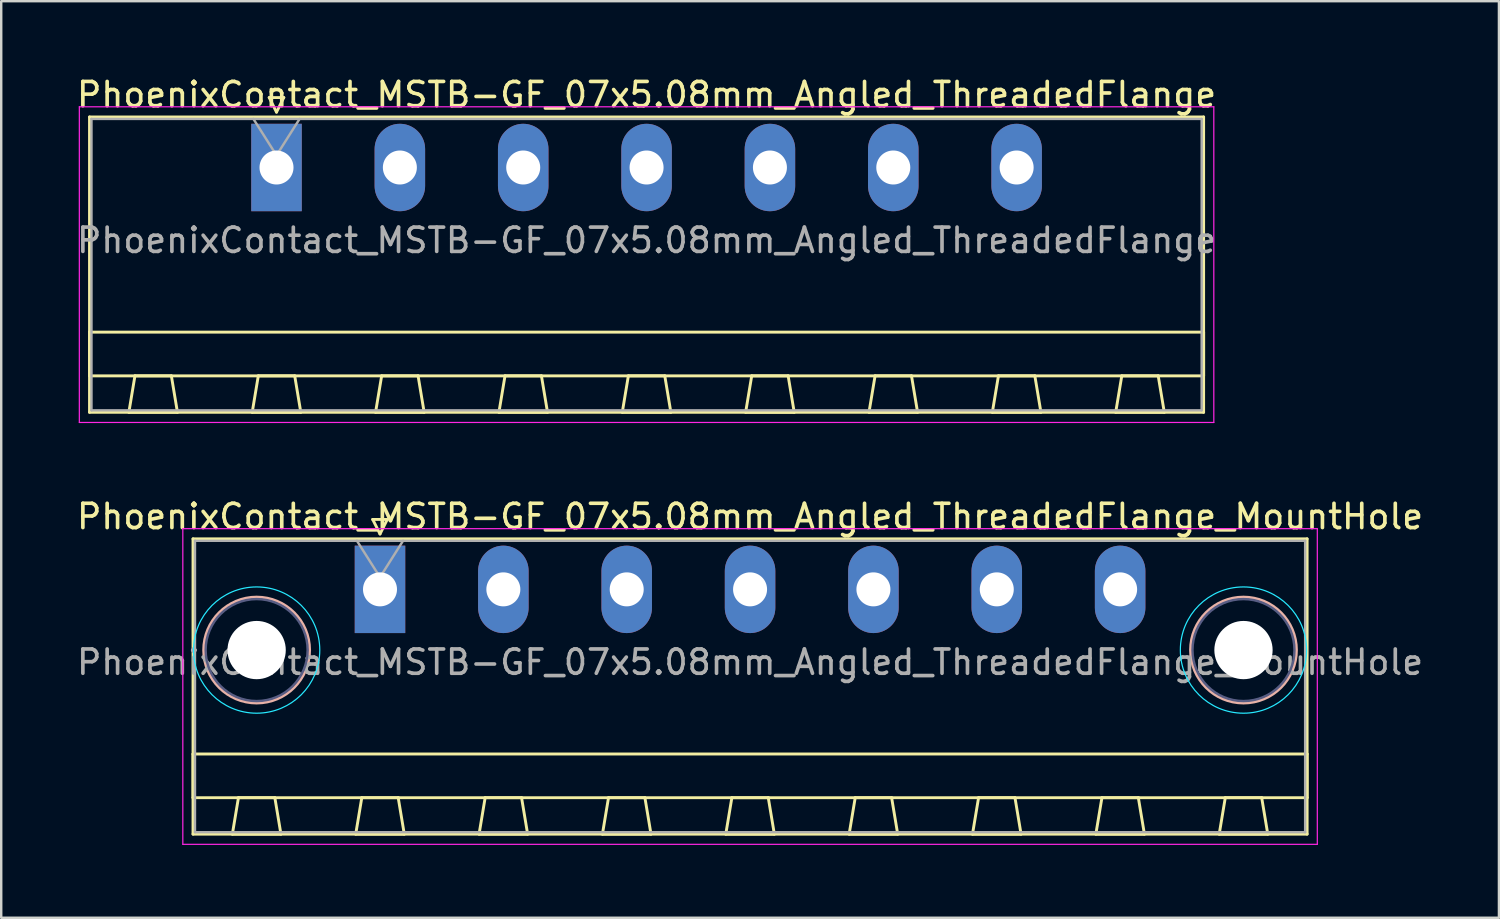
<source format=kicad_pcb>
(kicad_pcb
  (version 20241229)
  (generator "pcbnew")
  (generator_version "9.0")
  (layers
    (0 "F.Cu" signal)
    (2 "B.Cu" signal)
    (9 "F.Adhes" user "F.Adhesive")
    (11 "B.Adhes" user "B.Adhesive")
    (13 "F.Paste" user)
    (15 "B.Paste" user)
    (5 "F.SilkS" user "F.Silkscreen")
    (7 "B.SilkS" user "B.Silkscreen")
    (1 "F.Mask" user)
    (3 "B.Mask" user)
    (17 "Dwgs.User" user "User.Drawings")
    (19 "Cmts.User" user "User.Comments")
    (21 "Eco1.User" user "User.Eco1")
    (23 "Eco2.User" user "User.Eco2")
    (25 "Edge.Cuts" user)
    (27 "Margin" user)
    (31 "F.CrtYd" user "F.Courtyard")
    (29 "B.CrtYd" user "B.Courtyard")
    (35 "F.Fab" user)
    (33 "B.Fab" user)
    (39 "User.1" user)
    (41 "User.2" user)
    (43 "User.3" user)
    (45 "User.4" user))
  (footprint "PhoenixContact_MSTB-GF_07x5.08mm_Angled_ThreadedFlange"
    (layer "F.Cu")
    (at 8.337 3.848)
    (property "Reference" "PhoenixContact_MSTB-GF_07x5.08mm_Angled_ThreadedFlange" (at 15.24 -3 0) (layer "F.SilkS") (effects (font (size 1 1) (thickness 0.15))))
    (attr through_hole)
    (fp_line (start -7.7 -2.08) (end -7.7 10.08) (stroke (width 0.12) (type solid)) (layer "F.SilkS"))
    (fp_line (start -7.7 6.78) (end 38.18 6.78) (stroke (width 0.12) (type solid)) (layer "F.SilkS"))
    (fp_line (start -7.7 8.58) (end -7.7 6.78) (stroke (width 0.12) (type solid)) (layer "F.SilkS"))
    (fp_line (start -7.7 10.08) (end 38.18 10.08) (stroke (width 0.12) (type solid)) (layer "F.SilkS"))
    (fp_line (start -6.08 10.08) (end -4.08 10.08) (stroke (width 0.12) (type solid)) (layer "F.SilkS"))
    (fp_line (start -5.83 8.58) (end -6.08 10.08) (stroke (width 0.12) (type solid)) (layer "F.SilkS"))
    (fp_line (start -4.33 8.58) (end -5.83 8.58) (stroke (width 0.12) (type solid)) (layer "F.SilkS"))
    (fp_line (start -4.08 10.08) (end -4.33 8.58) (stroke (width 0.12) (type solid)) (layer "F.SilkS"))
    (fp_line (start -1 10.08) (end 1 10.08) (stroke (width 0.12) (type solid)) (layer "F.SilkS"))
    (fp_line (start -0.75 8.58) (end -1 10.08) (stroke (width 0.12) (type solid)) (layer "F.SilkS"))
    (fp_line (start -0.3 -2.88) (end 0.3 -2.88) (stroke (width 0.12) (type solid)) (layer "F.SilkS"))
    (fp_line (start 0 -2.28) (end -0.3 -2.88) (stroke (width 0.12) (type solid)) (layer "F.SilkS"))
    (fp_line (start 0.3 -2.88) (end 0 -2.28) (stroke (width 0.12) (type solid)) (layer "F.SilkS"))
    (fp_line (start 0.75 8.58) (end -0.75 8.58) (stroke (width 0.12) (type solid)) (layer "F.SilkS"))
    (fp_line (start 1 10.08) (end 0.75 8.58) (stroke (width 0.12) (type solid)) (layer "F.SilkS"))
    (fp_line (start 4.08 10.08) (end 6.08 10.08) (stroke (width 0.12) (type solid)) (layer "F.SilkS"))
    (fp_line (start 4.33 8.58) (end 4.08 10.08) (stroke (width 0.12) (type solid)) (layer "F.SilkS"))
    (fp_line (start 5.83 8.58) (end 4.33 8.58) (stroke (width 0.12) (type solid)) (layer "F.SilkS"))
    (fp_line (start 6.08 10.08) (end 5.83 8.58) (stroke (width 0.12) (type solid)) (layer "F.SilkS"))
    (fp_line (start 9.16 10.08) (end 11.16 10.08) (stroke (width 0.12) (type solid)) (layer "F.SilkS"))
    (fp_line (start 9.41 8.58) (end 9.16 10.08) (stroke (width 0.12) (type solid)) (layer "F.SilkS"))
    (fp_line (start 10.91 8.58) (end 9.41 8.58) (stroke (width 0.12) (type solid)) (layer "F.SilkS"))
    (fp_line (start 11.16 10.08) (end 10.91 8.58) (stroke (width 0.12) (type solid)) (layer "F.SilkS"))
    (fp_line (start 14.24 10.08) (end 16.24 10.08) (stroke (width 0.12) (type solid)) (layer "F.SilkS"))
    (fp_line (start 14.49 8.58) (end 14.24 10.08) (stroke (width 0.12) (type solid)) (layer "F.SilkS"))
    (fp_line (start 15.99 8.58) (end 14.49 8.58) (stroke (width 0.12) (type solid)) (layer "F.SilkS"))
    (fp_line (start 16.24 10.08) (end 15.99 8.58) (stroke (width 0.12) (type solid)) (layer "F.SilkS"))
    (fp_line (start 19.32 10.08) (end 21.32 10.08) (stroke (width 0.12) (type solid)) (layer "F.SilkS"))
    (fp_line (start 19.57 8.58) (end 19.32 10.08) (stroke (width 0.12) (type solid)) (layer "F.SilkS"))
    (fp_line (start 21.07 8.58) (end 19.57 8.58) (stroke (width 0.12) (type solid)) (layer "F.SilkS"))
    (fp_line (start 21.32 10.08) (end 21.07 8.58) (stroke (width 0.12) (type solid)) (layer "F.SilkS"))
    (fp_line (start 24.4 10.08) (end 26.4 10.08) (stroke (width 0.12) (type solid)) (layer "F.SilkS"))
    (fp_line (start 24.65 8.58) (end 24.4 10.08) (stroke (width 0.12) (type solid)) (layer "F.SilkS"))
    (fp_line (start 26.15 8.58) (end 24.65 8.58) (stroke (width 0.12) (type solid)) (layer "F.SilkS"))
    (fp_line (start 26.4 10.08) (end 26.15 8.58) (stroke (width 0.12) (type solid)) (layer "F.SilkS"))
    (fp_line (start 29.48 10.08) (end 31.48 10.08) (stroke (width 0.12) (type solid)) (layer "F.SilkS"))
    (fp_line (start 29.73 8.58) (end 29.48 10.08) (stroke (width 0.12) (type solid)) (layer "F.SilkS"))
    (fp_line (start 31.23 8.58) (end 29.73 8.58) (stroke (width 0.12) (type solid)) (layer "F.SilkS"))
    (fp_line (start 31.48 10.08) (end 31.23 8.58) (stroke (width 0.12) (type solid)) (layer "F.SilkS"))
    (fp_line (start 34.56 10.08) (end 36.56 10.08) (stroke (width 0.12) (type solid)) (layer "F.SilkS"))
    (fp_line (start 34.81 8.58) (end 34.56 10.08) (stroke (width 0.12) (type solid)) (layer "F.SilkS"))
    (fp_line (start 36.31 8.58) (end 34.81 8.58) (stroke (width 0.12) (type solid)) (layer "F.SilkS"))
    (fp_line (start 36.56 10.08) (end 36.31 8.58) (stroke (width 0.12) (type solid)) (layer "F.SilkS"))
    (fp_line (start 38.18 -2.08) (end -7.7 -2.08) (stroke (width 0.12) (type solid)) (layer "F.SilkS"))
    (fp_line (start 38.18 6.78) (end 38.18 8.58) (stroke (width 0.12) (type solid)) (layer "F.SilkS"))
    (fp_line (start 38.18 8.58) (end -7.7 8.58) (stroke (width 0.12) (type solid)) (layer "F.SilkS"))
    (fp_line (start 38.18 10.08) (end 38.18 -2.08) (stroke (width 0.12) (type solid)) (layer "F.SilkS"))
    (fp_line (start -8.12 -2.5) (end -8.12 10.5) (stroke (width 0.05) (type solid)) (layer "F.CrtYd"))
    (fp_line (start -8.12 10.5) (end 38.6 10.5) (stroke (width 0.05) (type solid)) (layer "F.CrtYd"))
    (fp_line (start 38.6 -2.5) (end -8.12 -2.5) (stroke (width 0.05) (type solid)) (layer "F.CrtYd"))
    (fp_line (start 38.6 10.5) (end 38.6 -2.5) (stroke (width 0.05) (type solid)) (layer "F.CrtYd"))
    (fp_line (start -7.62 -2) (end -7.62 10) (stroke (width 0.1) (type solid)) (layer "F.Fab"))
    (fp_line (start -7.62 10) (end 38.1 10) (stroke (width 0.1) (type solid)) (layer "F.Fab"))
    (fp_line (start 0 -0.5) (end -0.95 -2) (stroke (width 0.1) (type solid)) (layer "F.Fab"))
    (fp_line (start 0.95 -2) (end 0 -0.5) (stroke (width 0.1) (type solid)) (layer "F.Fab"))
    (fp_line (start 38.1 -2) (end -7.62 -2) (stroke (width 0.1) (type solid)) (layer "F.Fab"))
    (fp_line (start 38.1 10) (end 38.1 -2) (stroke (width 0.1) (type solid)) (layer "F.Fab"))
    (fp_text user "${REFERENCE}" (at 15.24 3 0) (layer "F.Fab") (effects (font (size 1 1) (thickness 0.15))))
    (pad "1" thru_hole rect (at 0 0) (size 2.08 3.6) (drill 1.4) (layers "*.Cu" "*.Mask"))
    (pad "2" thru_hole oval (at 5.08 0) (size 2.08 3.6) (drill 1.4) (layers "*.Cu" "*.Mask"))
    (pad "3" thru_hole oval (at 10.16 0) (size 2.08 3.6) (drill 1.4) (layers "*.Cu" "*.Mask"))
    (pad "4" thru_hole oval (at 15.24 0) (size 2.08 3.6) (drill 1.4) (layers "*.Cu" "*.Mask"))
    (pad "5" thru_hole oval (at 20.32 0) (size 2.08 3.6) (drill 1.4) (layers "*.Cu" "*.Mask"))
    (pad "6" thru_hole oval (at 25.4 0) (size 2.08 3.6) (drill 1.4) (layers "*.Cu" "*.Mask"))
    (pad "7" thru_hole oval (at 30.48 0) (size 2.08 3.6) (drill 1.4) (layers "*.Cu" "*.Mask")))
  (footprint "PhoenixContact_MSTB-GF_07x5.08mm_Angled_ThreadedFlange_MountHole"
    (layer "F.Cu")
    (at 12.599 21.221)
    (property "Reference" "PhoenixContact_MSTB-GF_07x5.08mm_Angled_ThreadedFlange_MountHole" (at 15.24 -3 0) (layer "F.SilkS") (effects (font (size 1 1) (thickness 0.15))))
    (attr through_hole)
    (fp_line (start -7.7 -2.08) (end -7.7 10.08) (stroke (width 0.12) (type solid)) (layer "F.SilkS"))
    (fp_line (start -7.7 6.78) (end 38.18 6.78) (stroke (width 0.12) (type solid)) (layer "F.SilkS"))
    (fp_line (start -7.7 8.58) (end -7.7 6.78) (stroke (width 0.12) (type solid)) (layer "F.SilkS"))
    (fp_line (start -7.7 10.08) (end 38.18 10.08) (stroke (width 0.12) (type solid)) (layer "F.SilkS"))
    (fp_line (start -6.08 10.08) (end -4.08 10.08) (stroke (width 0.12) (type solid)) (layer "F.SilkS"))
    (fp_line (start -5.83 8.58) (end -6.08 10.08) (stroke (width 0.12) (type solid)) (layer "F.SilkS"))
    (fp_line (start -4.33 8.58) (end -5.83 8.58) (stroke (width 0.12) (type solid)) (layer "F.SilkS"))
    (fp_line (start -4.08 10.08) (end -4.33 8.58) (stroke (width 0.12) (type solid)) (layer "F.SilkS"))
    (fp_line (start -1 10.08) (end 1 10.08) (stroke (width 0.12) (type solid)) (layer "F.SilkS"))
    (fp_line (start -0.75 8.58) (end -1 10.08) (stroke (width 0.12) (type solid)) (layer "F.SilkS"))
    (fp_line (start -0.3 -2.88) (end 0.3 -2.88) (stroke (width 0.12) (type solid)) (layer "F.SilkS"))
    (fp_line (start 0 -2.28) (end -0.3 -2.88) (stroke (width 0.12) (type solid)) (layer "F.SilkS"))
    (fp_line (start 0.3 -2.88) (end 0 -2.28) (stroke (width 0.12) (type solid)) (layer "F.SilkS"))
    (fp_line (start 0.75 8.58) (end -0.75 8.58) (stroke (width 0.12) (type solid)) (layer "F.SilkS"))
    (fp_line (start 1 10.08) (end 0.75 8.58) (stroke (width 0.12) (type solid)) (layer "F.SilkS"))
    (fp_line (start 4.08 10.08) (end 6.08 10.08) (stroke (width 0.12) (type solid)) (layer "F.SilkS"))
    (fp_line (start 4.33 8.58) (end 4.08 10.08) (stroke (width 0.12) (type solid)) (layer "F.SilkS"))
    (fp_line (start 5.83 8.58) (end 4.33 8.58) (stroke (width 0.12) (type solid)) (layer "F.SilkS"))
    (fp_line (start 6.08 10.08) (end 5.83 8.58) (stroke (width 0.12) (type solid)) (layer "F.SilkS"))
    (fp_line (start 9.16 10.08) (end 11.16 10.08) (stroke (width 0.12) (type solid)) (layer "F.SilkS"))
    (fp_line (start 9.41 8.58) (end 9.16 10.08) (stroke (width 0.12) (type solid)) (layer "F.SilkS"))
    (fp_line (start 10.91 8.58) (end 9.41 8.58) (stroke (width 0.12) (type solid)) (layer "F.SilkS"))
    (fp_line (start 11.16 10.08) (end 10.91 8.58) (stroke (width 0.12) (type solid)) (layer "F.SilkS"))
    (fp_line (start 14.24 10.08) (end 16.24 10.08) (stroke (width 0.12) (type solid)) (layer "F.SilkS"))
    (fp_line (start 14.49 8.58) (end 14.24 10.08) (stroke (width 0.12) (type solid)) (layer "F.SilkS"))
    (fp_line (start 15.99 8.58) (end 14.49 8.58) (stroke (width 0.12) (type solid)) (layer "F.SilkS"))
    (fp_line (start 16.24 10.08) (end 15.99 8.58) (stroke (width 0.12) (type solid)) (layer "F.SilkS"))
    (fp_line (start 19.32 10.08) (end 21.32 10.08) (stroke (width 0.12) (type solid)) (layer "F.SilkS"))
    (fp_line (start 19.57 8.58) (end 19.32 10.08) (stroke (width 0.12) (type solid)) (layer "F.SilkS"))
    (fp_line (start 21.07 8.58) (end 19.57 8.58) (stroke (width 0.12) (type solid)) (layer "F.SilkS"))
    (fp_line (start 21.32 10.08) (end 21.07 8.58) (stroke (width 0.12) (type solid)) (layer "F.SilkS"))
    (fp_line (start 24.4 10.08) (end 26.4 10.08) (stroke (width 0.12) (type solid)) (layer "F.SilkS"))
    (fp_line (start 24.65 8.58) (end 24.4 10.08) (stroke (width 0.12) (type solid)) (layer "F.SilkS"))
    (fp_line (start 26.15 8.58) (end 24.65 8.58) (stroke (width 0.12) (type solid)) (layer "F.SilkS"))
    (fp_line (start 26.4 10.08) (end 26.15 8.58) (stroke (width 0.12) (type solid)) (layer "F.SilkS"))
    (fp_line (start 29.48 10.08) (end 31.48 10.08) (stroke (width 0.12) (type solid)) (layer "F.SilkS"))
    (fp_line (start 29.73 8.58) (end 29.48 10.08) (stroke (width 0.12) (type solid)) (layer "F.SilkS"))
    (fp_line (start 31.23 8.58) (end 29.73 8.58) (stroke (width 0.12) (type solid)) (layer "F.SilkS"))
    (fp_line (start 31.48 10.08) (end 31.23 8.58) (stroke (width 0.12) (type solid)) (layer "F.SilkS"))
    (fp_line (start 34.56 10.08) (end 36.56 10.08) (stroke (width 0.12) (type solid)) (layer "F.SilkS"))
    (fp_line (start 34.81 8.58) (end 34.56 10.08) (stroke (width 0.12) (type solid)) (layer "F.SilkS"))
    (fp_line (start 36.31 8.58) (end 34.81 8.58) (stroke (width 0.12) (type solid)) (layer "F.SilkS"))
    (fp_line (start 36.56 10.08) (end 36.31 8.58) (stroke (width 0.12) (type solid)) (layer "F.SilkS"))
    (fp_line (start 38.18 -2.08) (end -7.7 -2.08) (stroke (width 0.12) (type solid)) (layer "F.SilkS"))
    (fp_line (start 38.18 6.78) (end 38.18 8.58) (stroke (width 0.12) (type solid)) (layer "F.SilkS"))
    (fp_line (start 38.18 8.58) (end -7.7 8.58) (stroke (width 0.12) (type solid)) (layer "F.SilkS"))
    (fp_line (start 38.18 10.08) (end 38.18 -2.08) (stroke (width 0.12) (type solid)) (layer "F.SilkS"))
    (fp_circle (center -5.08 2.5) (end -2.9 2.5) (stroke (width 0.12) (type solid)) (fill no) (layer "B.SilkS"))
    (fp_circle (center 35.56 2.5) (end 37.74 2.5) (stroke (width 0.12) (type solid)) (fill no) (layer "B.SilkS"))
    (fp_circle (center -5.08 2.5) (end -2.48 2.5) (stroke (width 0.05) (type solid)) (fill no) (layer "B.CrtYd"))
    (fp_circle (center 35.56 2.5) (end 38.16 2.5) (stroke (width 0.05) (type solid)) (fill no) (layer "B.CrtYd"))
    (fp_line (start -8.12 -2.5) (end -8.12 10.5) (stroke (width 0.05) (type solid)) (layer "F.CrtYd"))
    (fp_line (start -8.12 10.5) (end 38.6 10.5) (stroke (width 0.05) (type solid)) (layer "F.CrtYd"))
    (fp_line (start 38.6 -2.5) (end -8.12 -2.5) (stroke (width 0.05) (type solid)) (layer "F.CrtYd"))
    (fp_line (start 38.6 10.5) (end 38.6 -2.5) (stroke (width 0.05) (type solid)) (layer "F.CrtYd"))
    (fp_circle (center -5.08 2.5) (end -2.98 2.5) (stroke (width 0.1) (type solid)) (fill no) (layer "B.Fab"))
    (fp_circle (center 35.56 2.5) (end 37.66 2.5) (stroke (width 0.1) (type solid)) (fill no) (layer "B.Fab"))
    (fp_line (start -7.62 -2) (end -7.62 10) (stroke (width 0.1) (type solid)) (layer "F.Fab"))
    (fp_line (start -7.62 10) (end 38.1 10) (stroke (width 0.1) (type solid)) (layer "F.Fab"))
    (fp_line (start 0 -0.5) (end -0.95 -2) (stroke (width 0.1) (type solid)) (layer "F.Fab"))
    (fp_line (start 0.95 -2) (end 0 -0.5) (stroke (width 0.1) (type solid)) (layer "F.Fab"))
    (fp_line (start 38.1 -2) (end -7.62 -2) (stroke (width 0.1) (type solid)) (layer "F.Fab"))
    (fp_line (start 38.1 10) (end 38.1 -2) (stroke (width 0.1) (type solid)) (layer "F.Fab"))
    (fp_text user "${REFERENCE}" (at 15.24 3 0) (layer "F.Fab") (effects (font (size 1 1) (thickness 0.15))))
    (pad "" np_thru_hole circle (at -5.08 2.5) (size 2.4 2.4) (drill 2.4) (layers "*.Cu" "*.Mask"))
    (pad "" np_thru_hole circle (at 35.56 2.5) (size 2.4 2.4) (drill 2.4) (layers "*.Cu" "*.Mask"))
    (pad "1" thru_hole rect (at 0 0) (size 2.08 3.6) (drill 1.4) (layers "*.Cu" "*.Mask"))
    (pad "2" thru_hole oval (at 5.08 0) (size 2.08 3.6) (drill 1.4) (layers "*.Cu" "*.Mask"))
    (pad "3" thru_hole oval (at 10.16 0) (size 2.08 3.6) (drill 1.4) (layers "*.Cu" "*.Mask"))
    (pad "4" thru_hole oval (at 15.24 0) (size 2.08 3.6) (drill 1.4) (layers "*.Cu" "*.Mask"))
    (pad "5" thru_hole oval (at 20.32 0) (size 2.08 3.6) (drill 1.4) (layers "*.Cu" "*.Mask"))
    (pad "6" thru_hole oval (at 25.4 0) (size 2.08 3.6) (drill 1.4) (layers "*.Cu" "*.Mask"))
    (pad "7" thru_hole oval (at 30.48 0) (size 2.08 3.6) (drill 1.4) (layers "*.Cu" "*.Mask")))
  (gr_rect
    (start -3 -3)
    (end 58.679 34.746)
    (stroke (width 0.1) (type default))
    (fill no)
    (layer "Edge.Cuts")))
</source>
